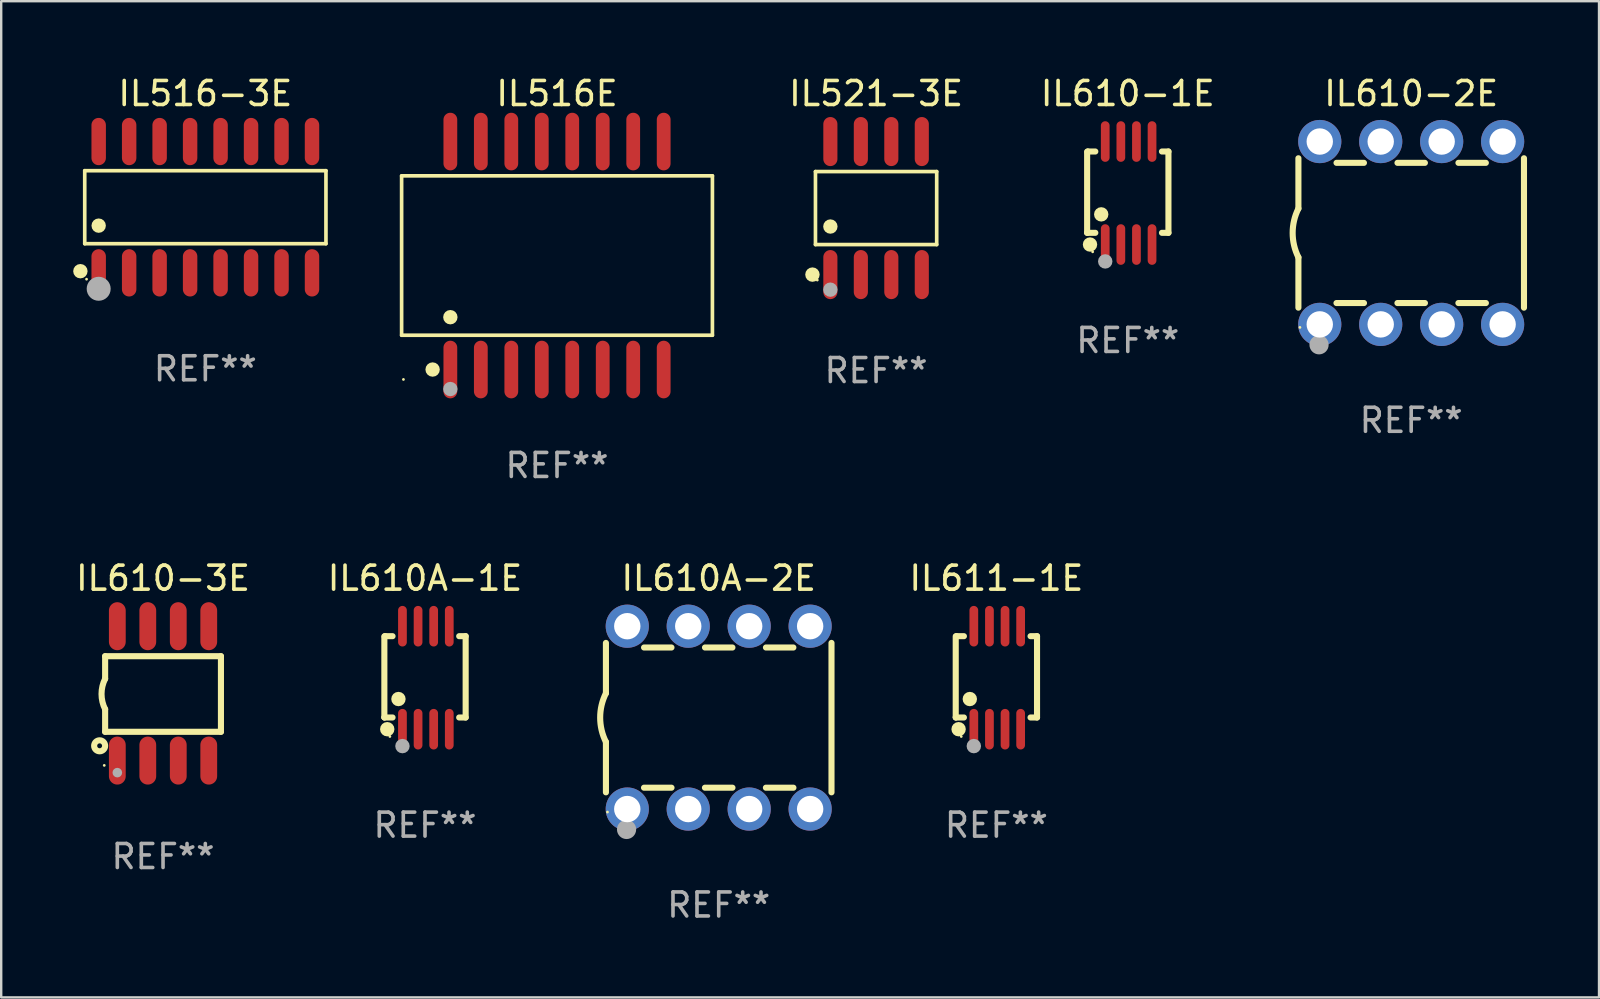
<source format=kicad_pcb>
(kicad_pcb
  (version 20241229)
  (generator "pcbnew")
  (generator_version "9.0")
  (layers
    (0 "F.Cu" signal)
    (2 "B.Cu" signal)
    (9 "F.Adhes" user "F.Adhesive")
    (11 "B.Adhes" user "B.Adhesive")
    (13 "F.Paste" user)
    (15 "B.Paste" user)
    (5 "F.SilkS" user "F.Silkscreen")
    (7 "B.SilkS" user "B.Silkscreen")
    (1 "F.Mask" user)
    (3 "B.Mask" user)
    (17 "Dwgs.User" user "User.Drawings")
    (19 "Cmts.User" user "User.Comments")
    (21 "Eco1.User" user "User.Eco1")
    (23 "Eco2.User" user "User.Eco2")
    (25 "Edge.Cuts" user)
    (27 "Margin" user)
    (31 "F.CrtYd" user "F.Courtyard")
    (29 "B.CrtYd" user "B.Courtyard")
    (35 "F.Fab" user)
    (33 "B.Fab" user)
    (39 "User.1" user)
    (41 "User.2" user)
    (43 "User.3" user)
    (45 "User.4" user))
  (footprint "IL521-3E"
    (layer "F.Cu")
    (at 33.458 5.621)
    (property "Reference" "IL521-3E" (at 0 -4.772 0) (layer "F.SilkS") (effects (font (size 1 1) (thickness 0.15))))
    (attr through_hole)
    (fp_line (start -2.526 -1.521) (end 2.526 -1.521) (stroke (width 0.152) (type solid)) (layer "F.SilkS"))
    (fp_line (start -2.526 1.521) (end -2.526 -1.521) (stroke (width 0.152) (type solid)) (layer "F.SilkS"))
    (fp_line (start 2.526 -1.521) (end 2.526 1.521) (stroke (width 0.152) (type solid)) (layer "F.SilkS"))
    (fp_line (start 2.526 1.521) (end -2.526 1.521) (stroke (width 0.152) (type solid)) (layer "F.SilkS"))
    (fp_circle (center -2.652 2.772) (end -2.501 2.772) (stroke (width 0.3) (type solid)) (fill no) (layer "F.SilkS"))
    (fp_circle (center -2.45 3) (end -2.42 3) (stroke (width 0.06) (type solid)) (fill no) (layer "F.SilkS"))
    (fp_circle (center -1.905 0.769) (end -1.755 0.769) (stroke (width 0.3) (type solid)) (fill no) (layer "F.SilkS"))
    (fp_circle (center -1.905 3.4) (end -1.755 3.4) (stroke (width 0.3) (type solid)) (fill no) (layer "F.Fab"))
    (fp_text user "REF**" (at 0 6.772 0) (layer "F.Fab") (effects (font (size 1 1) (thickness 0.15))))
    (pad "1" smd oval (at -1.905 2.772) (size 0.588 2.045) (layers "F.Cu" "F.Mask" "F.Paste"))
    (pad "2" smd oval (at -0.635 2.772) (size 0.588 2.045) (layers "F.Cu" "F.Mask" "F.Paste"))
    (pad "3" smd oval (at 0.635 2.772) (size 0.588 2.045) (layers "F.Cu" "F.Mask" "F.Paste"))
    (pad "4" smd oval (at 1.905 2.772) (size 0.588 2.045) (layers "F.Cu" "F.Mask" "F.Paste"))
    (pad "5" smd oval (at 1.905 -2.772) (size 0.588 2.045) (layers "F.Cu" "F.Mask" "F.Paste"))
    (pad "6" smd oval (at 0.635 -2.772) (size 0.588 2.045) (layers "F.Cu" "F.Mask" "F.Paste"))
    (pad "7" smd oval (at -0.635 -2.772) (size 0.588 2.045) (layers "F.Cu" "F.Mask" "F.Paste"))
    (pad "8" smd oval (at -1.905 -2.772) (size 0.588 2.045) (layers "F.Cu" "F.Mask" "F.Paste")))
  (footprint "IL610-2E"
    (layer "F.Cu")
    (at 55.757 6.658)
    (property "Reference" "IL610-2E" (at 0 -5.81 0) (layer "F.SilkS") (effects (font (size 1 1) (thickness 0.15))))
    (attr through_hole)
    (fp_line (start -4.7 -1.017) (end -4.7 -3.113) (stroke (width 0.254) (type solid)) (layer "F.SilkS"))
    (fp_line (start -4.7 1.015) (end -4.7 3.113) (stroke (width 0.254) (type solid)) (layer "F.SilkS"))
    (fp_line (start -3.113 2.92) (end -1.967 2.92) (stroke (width 0.254) (type solid)) (layer "F.SilkS"))
    (fp_line (start -3.111 -2.922) (end -1.969 -2.922) (stroke (width 0.254) (type solid)) (layer "F.SilkS"))
    (fp_line (start -0.573 2.92) (end 0.573 2.92) (stroke (width 0.254) (type solid)) (layer "F.SilkS"))
    (fp_line (start -0.571 -2.922) (end 0.571 -2.922) (stroke (width 0.254) (type solid)) (layer "F.SilkS"))
    (fp_line (start 1.967 2.92) (end 3.113 2.92) (stroke (width 0.254) (type solid)) (layer "F.SilkS"))
    (fp_line (start 1.969 -2.922) (end 3.111 -2.922) (stroke (width 0.254) (type solid)) (layer "F.SilkS"))
    (fp_line (start 4.7 -3.113) (end 4.7 3.113) (stroke (width 0.254) (type solid)) (layer "F.SilkS"))
    (fp_arc (start -4.7 1.01524) (mid -4.939846 -0.000762) (end -4.7 -1.016764) (stroke (width 0.254001) (type solid)) (layer "F.SilkS"))
    (fp_circle (center -4.636 3.935) (end -4.606 3.935) (stroke (width 0.06) (type solid)) (fill no) (layer "F.SilkS"))
    (fp_circle (center -3.84 4.66) (end -3.64 4.66) (stroke (width 0.4) (type solid)) (fill no) (layer "F.Fab"))
    (fp_text user "REF**" (at 0 7.81 0) (layer "F.Fab") (effects (font (size 1 1) (thickness 0.15))))
    (pad "1" thru_hole circle (at -3.81 3.81) (size 1.8 1.8) (drill 1.1) (layers "*.Cu" "*.Mask"))
    (pad "2" thru_hole circle (at -1.27 3.81) (size 1.8 1.8) (drill 1.1) (layers "*.Cu" "*.Mask"))
    (pad "3" thru_hole circle (at 1.27 3.81) (size 1.8 1.8) (drill 1.1) (layers "*.Cu" "*.Mask"))
    (pad "4" thru_hole circle (at 3.81 3.81) (size 1.8 1.8) (drill 1.1) (layers "*.Cu" "*.Mask"))
    (pad "5" thru_hole circle (at 3.81 -3.81) (size 1.8 1.8) (drill 1.1) (layers "*.Cu" "*.Mask"))
    (pad "6" thru_hole circle (at 1.27 -3.81) (size 1.8 1.8) (drill 1.1) (layers "*.Cu" "*.Mask"))
    (pad "7" thru_hole circle (at -1.27 -3.81) (size 1.8 1.8) (drill 1.1) (layers "*.Cu" "*.Mask"))
    (pad "8" thru_hole circle (at -3.81 -3.81) (size 1.8 1.8) (drill 1.1) (layers "*.Cu" "*.Mask")))
  (footprint "IL516E"
    (layer "F.Cu")
    (at 20.162 7.599)
    (property "Reference" "IL516E" (at 0 -6.75 0) (layer "F.SilkS") (effects (font (size 1 1) (thickness 0.15))))
    (attr through_hole)
    (fp_line (start -6.476 -3.321) (end 6.476 -3.321) (stroke (width 0.152) (type solid)) (layer "F.SilkS"))
    (fp_line (start -6.476 3.321) (end -6.476 -3.321) (stroke (width 0.152) (type solid)) (layer "F.SilkS"))
    (fp_line (start 6.476 -3.321) (end 6.476 3.321) (stroke (width 0.152) (type solid)) (layer "F.SilkS"))
    (fp_line (start 6.476 3.321) (end -6.476 3.321) (stroke (width 0.152) (type solid)) (layer "F.SilkS"))
    (fp_circle (center -6.4 5.163) (end -6.37 5.163) (stroke (width 0.06) (type solid)) (fill no) (layer "F.SilkS"))
    (fp_circle (center -5.184 4.75) (end -5.034 4.75) (stroke (width 0.3) (type solid)) (fill no) (layer "F.SilkS"))
    (fp_circle (center -4.445 2.569) (end -4.295 2.569) (stroke (width 0.3) (type solid)) (fill no) (layer "F.SilkS"))
    (fp_circle (center -4.445 5.563) (end -4.295 5.563) (stroke (width 0.3) (type solid)) (fill no) (layer "F.Fab"))
    (fp_text user "REF**" (at 0 8.75 0) (layer "F.Fab") (effects (font (size 1 1) (thickness 0.15))))
    (pad "1" smd oval (at -4.445 4.75) (size 0.574 2.401) (layers "F.Cu" "F.Mask" "F.Paste"))
    (pad "2" smd oval (at -3.175 4.75) (size 0.574 2.401) (layers "F.Cu" "F.Mask" "F.Paste"))
    (pad "3" smd oval (at -1.905 4.75) (size 0.574 2.401) (layers "F.Cu" "F.Mask" "F.Paste"))
    (pad "4" smd oval (at -0.635 4.75) (size 0.574 2.401) (layers "F.Cu" "F.Mask" "F.Paste"))
    (pad "5" smd oval (at 0.635 4.75) (size 0.574 2.401) (layers "F.Cu" "F.Mask" "F.Paste"))
    (pad "6" smd oval (at 1.905 4.75) (size 0.574 2.401) (layers "F.Cu" "F.Mask" "F.Paste"))
    (pad "7" smd oval (at 3.175 4.75) (size 0.574 2.401) (layers "F.Cu" "F.Mask" "F.Paste"))
    (pad "8" smd oval (at 4.445 4.75) (size 0.574 2.401) (layers "F.Cu" "F.Mask" "F.Paste"))
    (pad "9" smd oval (at 4.445 -4.75) (size 0.574 2.401) (layers "F.Cu" "F.Mask" "F.Paste"))
    (pad "10" smd oval (at 3.175 -4.75) (size 0.574 2.401) (layers "F.Cu" "F.Mask" "F.Paste"))
    (pad "11" smd oval (at 1.905 -4.75) (size 0.574 2.401) (layers "F.Cu" "F.Mask" "F.Paste"))
    (pad "12" smd oval (at 0.635 -4.75) (size 0.574 2.401) (layers "F.Cu" "F.Mask" "F.Paste"))
    (pad "13" smd oval (at -0.635 -4.75) (size 0.574 2.401) (layers "F.Cu" "F.Mask" "F.Paste"))
    (pad "14" smd oval (at -1.905 -4.75) (size 0.574 2.401) (layers "F.Cu" "F.Mask" "F.Paste"))
    (pad "15" smd oval (at -3.175 -4.75) (size 0.574 2.401) (layers "F.Cu" "F.Mask" "F.Paste"))
    (pad "16" smd oval (at -4.445 -4.75) (size 0.574 2.401) (layers "F.Cu" "F.Mask" "F.Paste")))
  (footprint "IL611-1E"
    (layer "F.Cu")
    (at 38.471 25.191)
    (property "Reference" "IL611-1E" (at 0 -4.146 0) (layer "F.SilkS") (effects (font (size 1 1) (thickness 0.15))))
    (attr through_hole)
    (fp_line (start -1.694 -1.724) (end -1.694 1.652) (stroke (width 0.254) (type solid)) (layer "F.SilkS"))
    (fp_line (start -1.694 1.652) (end -1.688 1.658) (stroke (width 0.254) (type solid)) (layer "F.SilkS"))
    (fp_line (start -1.688 1.658) (end -1.353 1.658) (stroke (width 0.254) (type solid)) (layer "F.SilkS"))
    (fp_line (start -1.661 -1.73) (end -1.681 -1.71) (stroke (width 0.254) (type solid)) (layer "F.SilkS"))
    (fp_line (start -1.353 -1.73) (end -1.661 -1.73) (stroke (width 0.254) (type solid)) (layer "F.SilkS"))
    (fp_line (start 1.424 1.658) (end 1.694 1.658) (stroke (width 0.254) (type solid)) (layer "F.SilkS"))
    (fp_line (start 1.694 -1.73) (end 1.424 -1.73) (stroke (width 0.254) (type solid)) (layer "F.SilkS"))
    (fp_line (start 1.694 1.658) (end 1.694 -1.73) (stroke (width 0.254) (type solid)) (layer "F.SilkS"))
    (fp_circle (center -1.574 2.146) (end -1.424 2.146) (stroke (width 0.3) (type solid)) (fill no) (layer "F.SilkS"))
    (fp_circle (center -1.464 2.45) (end -1.434 2.45) (stroke (width 0.06) (type solid)) (fill no) (layer "F.SilkS"))
    (fp_circle (center -1.107 0.889) (end -0.957 0.889) (stroke (width 0.3) (type solid)) (fill no) (layer "F.SilkS"))
    (fp_circle (center -0.94 2.85) (end -0.789 2.85) (stroke (width 0.3) (type solid)) (fill no) (layer "F.Fab"))
    (fp_text user "REF**" (at 0 6.146 0) (layer "F.Fab") (effects (font (size 1 1) (thickness 0.15))))
    (pad "1" smd oval (at -0.94 2.146) (size 0.364 1.692) (layers "F.Cu" "F.Mask" "F.Paste"))
    (pad "2" smd oval (at -0.289 2.146) (size 0.364 1.692) (layers "F.Cu" "F.Mask" "F.Paste"))
    (pad "3" smd oval (at 0.361 2.146) (size 0.364 1.692) (layers "F.Cu" "F.Mask" "F.Paste"))
    (pad "4" smd oval (at 1.011 2.146) (size 0.364 1.692) (layers "F.Cu" "F.Mask" "F.Paste"))
    (pad "5" smd oval (at 1.011 -2.146) (size 0.364 1.692) (layers "F.Cu" "F.Mask" "F.Paste"))
    (pad "6" smd oval (at 0.361 -2.146) (size 0.364 1.692) (layers "F.Cu" "F.Mask" "F.Paste"))
    (pad "7" smd oval (at -0.289 -2.146) (size 0.364 1.692) (layers "F.Cu" "F.Mask" "F.Paste"))
    (pad "8" smd oval (at -0.94 -2.146) (size 0.364 1.692) (layers "F.Cu" "F.Mask" "F.Paste")))
  (footprint "IL610-3E"
    (layer "F.Cu")
    (at 3.744 25.845)
    (property "Reference" "IL610-3E" (at 0 -4.8 0) (layer "F.SilkS") (effects (font (size 1 1) (thickness 0.15))))
    (attr through_hole)
    (fp_line (start -2.413 -1.55) (end -2.413 -0.61) (stroke (width 0.254) (type solid)) (layer "F.SilkS"))
    (fp_line (start -2.413 0.66) (end -2.413 1.6) (stroke (width 0.254) (type solid)) (layer "F.SilkS"))
    (fp_line (start -2.413 1.6) (end 2.413 1.6) (stroke (width 0.254) (type solid)) (layer "F.SilkS"))
    (fp_line (start 2.413 -1.55) (end -2.413 -1.55) (stroke (width 0.254) (type solid)) (layer "F.SilkS"))
    (fp_line (start 2.413 1.6) (end 2.413 -1.55) (stroke (width 0.254) (type solid)) (layer "F.SilkS"))
    (fp_arc (start -2.413005 0.6603) (mid -2.562909 0.025298) (end -2.413005 -0.609703) (stroke (width 0.254001) (type solid)) (layer "F.SilkS"))
    (fp_circle (center -2.642 2.184) (end -2.54 2.184) (stroke (width 0.254) (type solid)) (fill no) (layer "F.SilkS"))
    (fp_circle (center -2.45 3) (end -2.42 3) (stroke (width 0.06) (type solid)) (fill no) (layer "F.SilkS"))
    (fp_circle (center -1.905 3.302) (end -1.805 3.302) (stroke (width 0.2) (type solid)) (fill no) (layer "F.Fab"))
    (fp_text user "REF**" (at 0 6.8 0) (layer "F.Fab") (effects (font (size 1 1) (thickness 0.15))))
    (pad "1" smd oval (at -1.905 2.8 180) (size 0.7 2) (layers "F.Cu" "F.Mask" "F.Paste"))
    (pad "2" smd oval (at -0.635 2.8 180) (size 0.7 2) (layers "F.Cu" "F.Mask" "F.Paste"))
    (pad "3" smd oval (at 0.635 2.8 180) (size 0.7 2) (layers "F.Cu" "F.Mask" "F.Paste"))
    (pad "4" smd oval (at 1.905 2.8 180) (size 0.7 2) (layers "F.Cu" "F.Mask" "F.Paste"))
    (pad "5" smd oval (at 1.905 -2.8 180) (size 0.7 2) (layers "F.Cu" "F.Mask" "F.Paste"))
    (pad "6" smd oval (at 0.635 -2.8 180) (size 0.7 2) (layers "F.Cu" "F.Mask" "F.Paste"))
    (pad "7" smd oval (at -0.635 -2.8 180) (size 0.7 2) (layers "F.Cu" "F.Mask" "F.Paste"))
    (pad "8" smd oval (at -1.905 -2.8 180) (size 0.7 2) (layers "F.Cu" "F.Mask" "F.Paste")))
  (footprint "IL610-1E"
    (layer "F.Cu")
    (at 43.947 4.994)
    (property "Reference" "IL610-1E" (at 0 -4.146 0) (layer "F.SilkS") (effects (font (size 1 1) (thickness 0.15))))
    (attr through_hole)
    (fp_line (start -1.694 -1.724) (end -1.694 1.652) (stroke (width 0.254) (type solid)) (layer "F.SilkS"))
    (fp_line (start -1.694 1.652) (end -1.688 1.658) (stroke (width 0.254) (type solid)) (layer "F.SilkS"))
    (fp_line (start -1.688 1.658) (end -1.353 1.658) (stroke (width 0.254) (type solid)) (layer "F.SilkS"))
    (fp_line (start -1.661 -1.73) (end -1.681 -1.71) (stroke (width 0.254) (type solid)) (layer "F.SilkS"))
    (fp_line (start -1.353 -1.73) (end -1.661 -1.73) (stroke (width 0.254) (type solid)) (layer "F.SilkS"))
    (fp_line (start 1.424 1.658) (end 1.694 1.658) (stroke (width 0.254) (type solid)) (layer "F.SilkS"))
    (fp_line (start 1.694 -1.73) (end 1.424 -1.73) (stroke (width 0.254) (type solid)) (layer "F.SilkS"))
    (fp_line (start 1.694 1.658) (end 1.694 -1.73) (stroke (width 0.254) (type solid)) (layer "F.SilkS"))
    (fp_circle (center -1.574 2.146) (end -1.424 2.146) (stroke (width 0.3) (type solid)) (fill no) (layer "F.SilkS"))
    (fp_circle (center -1.464 2.45) (end -1.434 2.45) (stroke (width 0.06) (type solid)) (fill no) (layer "F.SilkS"))
    (fp_circle (center -1.107 0.889) (end -0.957 0.889) (stroke (width 0.3) (type solid)) (fill no) (layer "F.SilkS"))
    (fp_circle (center -0.94 2.85) (end -0.789 2.85) (stroke (width 0.3) (type solid)) (fill no) (layer "F.Fab"))
    (fp_text user "REF**" (at 0 6.146 0) (layer "F.Fab") (effects (font (size 1 1) (thickness 0.15))))
    (pad "1" smd oval (at -0.94 2.146) (size 0.364 1.692) (layers "F.Cu" "F.Mask" "F.Paste"))
    (pad "2" smd oval (at -0.289 2.146) (size 0.364 1.692) (layers "F.Cu" "F.Mask" "F.Paste"))
    (pad "3" smd oval (at 0.361 2.146) (size 0.364 1.692) (layers "F.Cu" "F.Mask" "F.Paste"))
    (pad "4" smd oval (at 1.011 2.146) (size 0.364 1.692) (layers "F.Cu" "F.Mask" "F.Paste"))
    (pad "5" smd oval (at 1.011 -2.146) (size 0.364 1.692) (layers "F.Cu" "F.Mask" "F.Paste"))
    (pad "6" smd oval (at 0.361 -2.146) (size 0.364 1.692) (layers "F.Cu" "F.Mask" "F.Paste"))
    (pad "7" smd oval (at -0.289 -2.146) (size 0.364 1.692) (layers "F.Cu" "F.Mask" "F.Paste"))
    (pad "8" smd oval (at -0.94 -2.146) (size 0.364 1.692) (layers "F.Cu" "F.Mask" "F.Paste")))
  (footprint "IL610A-2E"
    (layer "F.Cu")
    (at 26.9 26.855)
    (property "Reference" "IL610A-2E" (at 0 -5.81 0) (layer "F.SilkS") (effects (font (size 1 1) (thickness 0.15))))
    (attr through_hole)
    (fp_line (start -4.7 -1.017) (end -4.7 -3.113) (stroke (width 0.254) (type solid)) (layer "F.SilkS"))
    (fp_line (start -4.7 1.015) (end -4.7 3.113) (stroke (width 0.254) (type solid)) (layer "F.SilkS"))
    (fp_line (start -3.113 2.92) (end -1.967 2.92) (stroke (width 0.254) (type solid)) (layer "F.SilkS"))
    (fp_line (start -3.111 -2.922) (end -1.969 -2.922) (stroke (width 0.254) (type solid)) (layer "F.SilkS"))
    (fp_line (start -0.573 2.92) (end 0.573 2.92) (stroke (width 0.254) (type solid)) (layer "F.SilkS"))
    (fp_line (start -0.571 -2.922) (end 0.571 -2.922) (stroke (width 0.254) (type solid)) (layer "F.SilkS"))
    (fp_line (start 1.967 2.92) (end 3.113 2.92) (stroke (width 0.254) (type solid)) (layer "F.SilkS"))
    (fp_line (start 1.969 -2.922) (end 3.111 -2.922) (stroke (width 0.254) (type solid)) (layer "F.SilkS"))
    (fp_line (start 4.7 -3.113) (end 4.7 3.113) (stroke (width 0.254) (type solid)) (layer "F.SilkS"))
    (fp_arc (start -4.7 1.01524) (mid -4.939846 -0.000762) (end -4.7 -1.016764) (stroke (width 0.254001) (type solid)) (layer "F.SilkS"))
    (fp_circle (center -4.636 3.935) (end -4.606 3.935) (stroke (width 0.06) (type solid)) (fill no) (layer "F.SilkS"))
    (fp_circle (center -3.84 4.66) (end -3.64 4.66) (stroke (width 0.4) (type solid)) (fill no) (layer "F.Fab"))
    (fp_text user "REF**" (at 0 7.81 0) (layer "F.Fab") (effects (font (size 1 1) (thickness 0.15))))
    (pad "1" thru_hole circle (at -3.81 3.81) (size 1.8 1.8) (drill 1.1) (layers "*.Cu" "*.Mask"))
    (pad "2" thru_hole circle (at -1.27 3.81) (size 1.8 1.8) (drill 1.1) (layers "*.Cu" "*.Mask"))
    (pad "3" thru_hole circle (at 1.27 3.81) (size 1.8 1.8) (drill 1.1) (layers "*.Cu" "*.Mask"))
    (pad "4" thru_hole circle (at 3.81 3.81) (size 1.8 1.8) (drill 1.1) (layers "*.Cu" "*.Mask"))
    (pad "5" thru_hole circle (at 3.81 -3.81) (size 1.8 1.8) (drill 1.1) (layers "*.Cu" "*.Mask"))
    (pad "6" thru_hole circle (at 1.27 -3.81) (size 1.8 1.8) (drill 1.1) (layers "*.Cu" "*.Mask"))
    (pad "7" thru_hole circle (at -1.27 -3.81) (size 1.8 1.8) (drill 1.1) (layers "*.Cu" "*.Mask"))
    (pad "8" thru_hole circle (at -3.81 -3.81) (size 1.8 1.8) (drill 1.1) (layers "*.Cu" "*.Mask")))
  (footprint "IL516-3E"
    (layer "F.Cu")
    (at 5.507 5.584)
    (property "Reference" "IL516-3E" (at 0 -4.736 0) (layer "F.SilkS") (effects (font (size 1 1) (thickness 0.15))))
    (attr through_hole)
    (fp_line (start -5.026 -1.521) (end 5.026 -1.521) (stroke (width 0.152) (type solid)) (layer "F.SilkS"))
    (fp_line (start -5.026 1.521) (end -5.026 -1.521) (stroke (width 0.152) (type solid)) (layer "F.SilkS"))
    (fp_line (start 5.026 -1.521) (end 5.026 1.521) (stroke (width 0.152) (type solid)) (layer "F.SilkS"))
    (fp_line (start 5.026 1.521) (end -5.026 1.521) (stroke (width 0.152) (type solid)) (layer "F.SilkS"))
    (fp_circle (center -5.207 2.667) (end -5.057 2.667) (stroke (width 0.3) (type solid)) (fill no) (layer "F.SilkS"))
    (fp_circle (center -4.95 3) (end -4.92 3) (stroke (width 0.06) (type solid)) (fill no) (layer "F.SilkS"))
    (fp_circle (center -4.445 0.769) (end -4.295 0.769) (stroke (width 0.3) (type solid)) (fill no) (layer "F.SilkS"))
    (fp_circle (center -4.445 3.4) (end -4.195 3.4) (stroke (width 0.5) (type solid)) (fill no) (layer "F.Fab"))
    (fp_text user "REF**" (at 0 6.736 0) (layer "F.Fab") (effects (font (size 1 1) (thickness 0.15))))
    (pad "1" smd oval (at -4.445 2.736) (size 0.602 1.971) (layers "F.Cu" "F.Mask" "F.Paste"))
    (pad "2" smd oval (at -3.175 2.736) (size 0.602 1.971) (layers "F.Cu" "F.Mask" "F.Paste"))
    (pad "3" smd oval (at -1.905 2.736) (size 0.602 1.971) (layers "F.Cu" "F.Mask" "F.Paste"))
    (pad "4" smd oval (at -0.635 2.736) (size 0.602 1.971) (layers "F.Cu" "F.Mask" "F.Paste"))
    (pad "5" smd oval (at 0.635 2.736) (size 0.602 1.971) (layers "F.Cu" "F.Mask" "F.Paste"))
    (pad "6" smd oval (at 1.905 2.736) (size 0.602 1.971) (layers "F.Cu" "F.Mask" "F.Paste"))
    (pad "7" smd oval (at 3.175 2.736) (size 0.602 1.971) (layers "F.Cu" "F.Mask" "F.Paste"))
    (pad "8" smd oval (at 4.445 2.736) (size 0.602 1.971) (layers "F.Cu" "F.Mask" "F.Paste"))
    (pad "9" smd oval (at 4.445 -2.736) (size 0.602 1.971) (layers "F.Cu" "F.Mask" "F.Paste"))
    (pad "10" smd oval (at 3.175 -2.736) (size 0.602 1.971) (layers "F.Cu" "F.Mask" "F.Paste"))
    (pad "11" smd oval (at 1.905 -2.736) (size 0.602 1.971) (layers "F.Cu" "F.Mask" "F.Paste"))
    (pad "12" smd oval (at 0.635 -2.736) (size 0.602 1.971) (layers "F.Cu" "F.Mask" "F.Paste"))
    (pad "13" smd oval (at -0.635 -2.736) (size 0.602 1.971) (layers "F.Cu" "F.Mask" "F.Paste"))
    (pad "14" smd oval (at -1.905 -2.736) (size 0.602 1.971) (layers "F.Cu" "F.Mask" "F.Paste"))
    (pad "15" smd oval (at -3.175 -2.736) (size 0.602 1.971) (layers "F.Cu" "F.Mask" "F.Paste"))
    (pad "16" smd oval (at -4.445 -2.736) (size 0.602 1.971) (layers "F.Cu" "F.Mask" "F.Paste")))
  (footprint "IL610A-1E"
    (layer "F.Cu")
    (at 14.661 25.191)
    (property "Reference" "IL610A-1E" (at 0 -4.146 0) (layer "F.SilkS") (effects (font (size 1 1) (thickness 0.15))))
    (attr through_hole)
    (fp_line (start -1.694 -1.724) (end -1.694 1.652) (stroke (width 0.254) (type solid)) (layer "F.SilkS"))
    (fp_line (start -1.694 1.652) (end -1.688 1.658) (stroke (width 0.254) (type solid)) (layer "F.SilkS"))
    (fp_line (start -1.688 1.658) (end -1.353 1.658) (stroke (width 0.254) (type solid)) (layer "F.SilkS"))
    (fp_line (start -1.661 -1.73) (end -1.681 -1.71) (stroke (width 0.254) (type solid)) (layer "F.SilkS"))
    (fp_line (start -1.353 -1.73) (end -1.661 -1.73) (stroke (width 0.254) (type solid)) (layer "F.SilkS"))
    (fp_line (start 1.424 1.658) (end 1.694 1.658) (stroke (width 0.254) (type solid)) (layer "F.SilkS"))
    (fp_line (start 1.694 -1.73) (end 1.424 -1.73) (stroke (width 0.254) (type solid)) (layer "F.SilkS"))
    (fp_line (start 1.694 1.658) (end 1.694 -1.73) (stroke (width 0.254) (type solid)) (layer "F.SilkS"))
    (fp_circle (center -1.574 2.146) (end -1.424 2.146) (stroke (width 0.3) (type solid)) (fill no) (layer "F.SilkS"))
    (fp_circle (center -1.464 2.45) (end -1.434 2.45) (stroke (width 0.06) (type solid)) (fill no) (layer "F.SilkS"))
    (fp_circle (center -1.107 0.889) (end -0.957 0.889) (stroke (width 0.3) (type solid)) (fill no) (layer "F.SilkS"))
    (fp_circle (center -0.94 2.85) (end -0.789 2.85) (stroke (width 0.3) (type solid)) (fill no) (layer "F.Fab"))
    (fp_text user "REF**" (at 0 6.146 0) (layer "F.Fab") (effects (font (size 1 1) (thickness 0.15))))
    (pad "1" smd oval (at -0.94 2.146) (size 0.364 1.692) (layers "F.Cu" "F.Mask" "F.Paste"))
    (pad "2" smd oval (at -0.289 2.146) (size 0.364 1.692) (layers "F.Cu" "F.Mask" "F.Paste"))
    (pad "3" smd oval (at 0.361 2.146) (size 0.364 1.692) (layers "F.Cu" "F.Mask" "F.Paste"))
    (pad "4" smd oval (at 1.011 2.146) (size 0.364 1.692) (layers "F.Cu" "F.Mask" "F.Paste"))
    (pad "5" smd oval (at 1.011 -2.146) (size 0.364 1.692) (layers "F.Cu" "F.Mask" "F.Paste"))
    (pad "6" smd oval (at 0.361 -2.146) (size 0.364 1.692) (layers "F.Cu" "F.Mask" "F.Paste"))
    (pad "7" smd oval (at -0.289 -2.146) (size 0.364 1.692) (layers "F.Cu" "F.Mask" "F.Paste"))
    (pad "8" smd oval (at -0.94 -2.146) (size 0.364 1.692) (layers "F.Cu" "F.Mask" "F.Paste")))
  (gr_rect
    (start -3 -3)
    (end 63.584 38.514)
    (stroke (width 0.1) (type default))
    (fill no)
    (layer "Edge.Cuts")))
</source>
